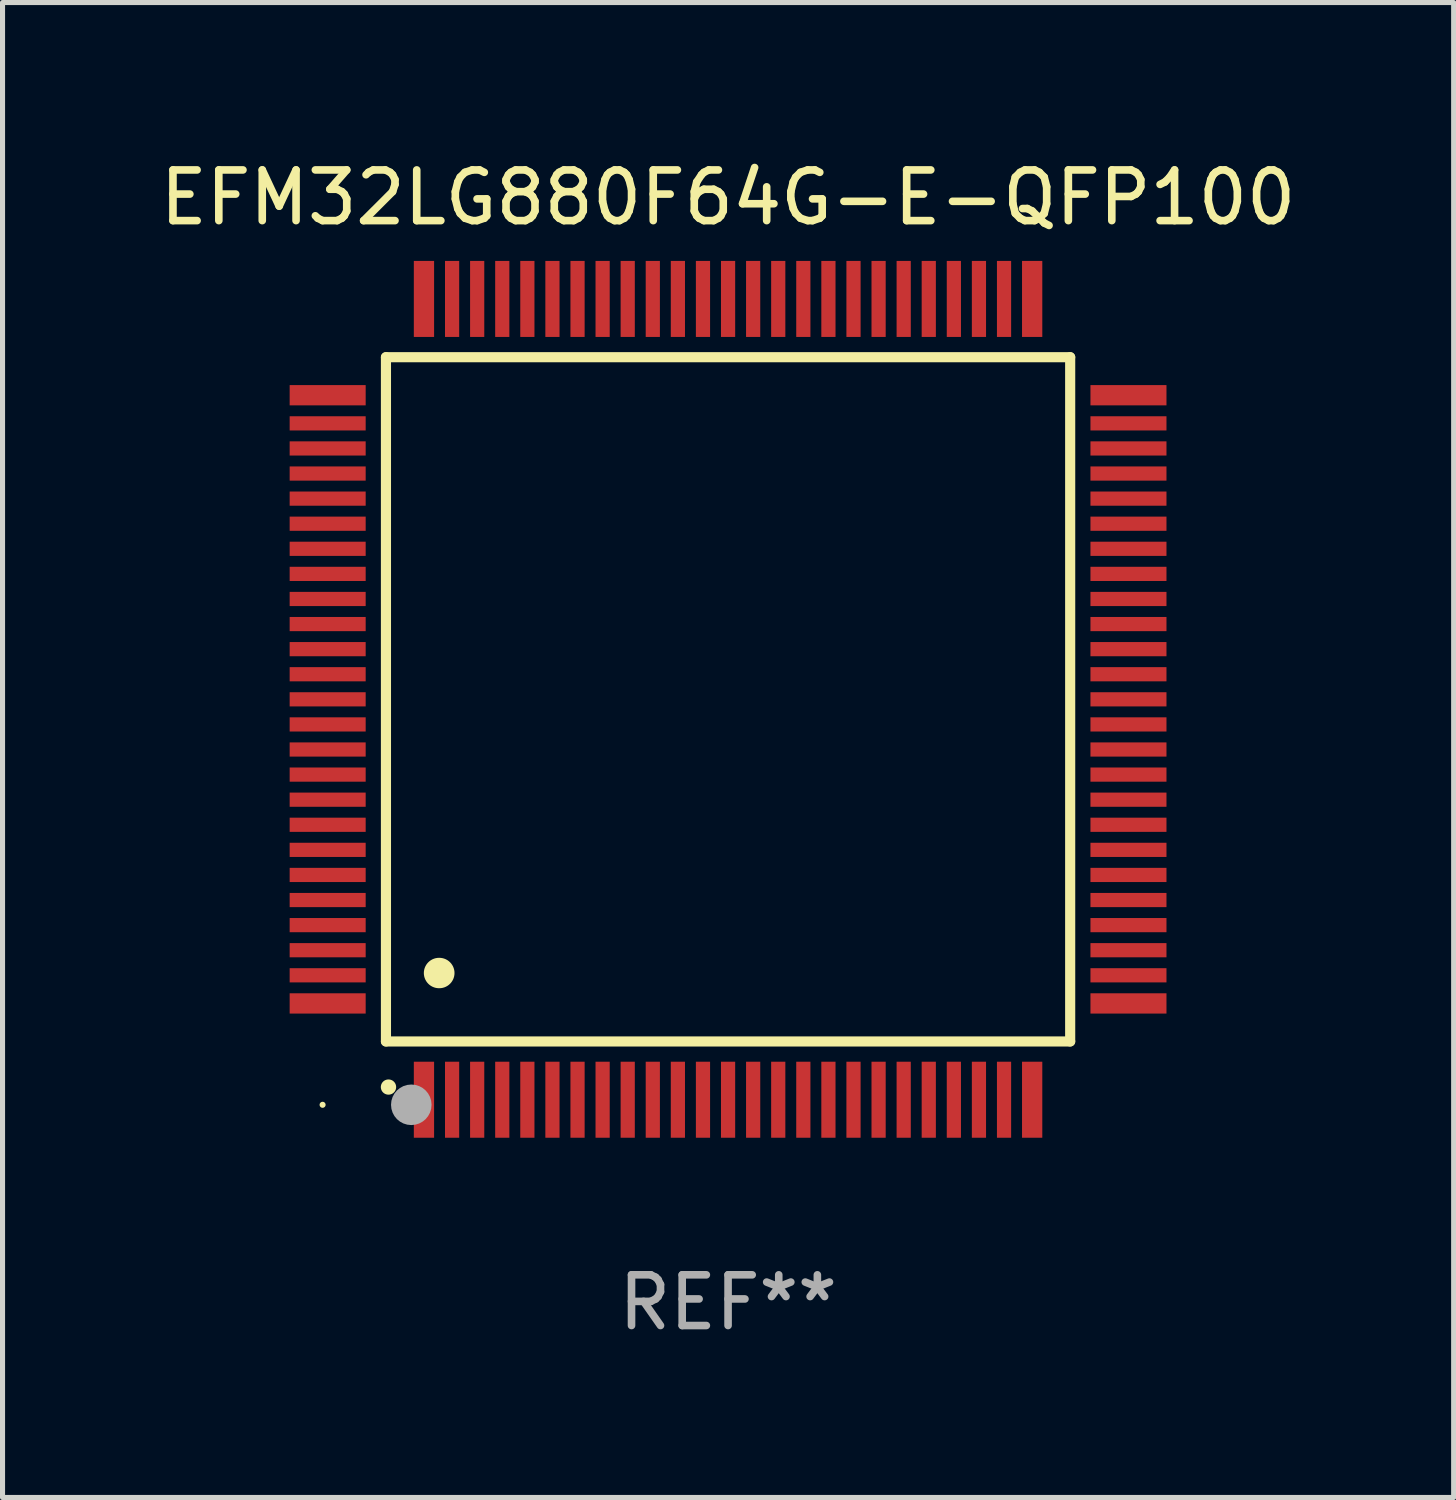
<source format=kicad_pcb>
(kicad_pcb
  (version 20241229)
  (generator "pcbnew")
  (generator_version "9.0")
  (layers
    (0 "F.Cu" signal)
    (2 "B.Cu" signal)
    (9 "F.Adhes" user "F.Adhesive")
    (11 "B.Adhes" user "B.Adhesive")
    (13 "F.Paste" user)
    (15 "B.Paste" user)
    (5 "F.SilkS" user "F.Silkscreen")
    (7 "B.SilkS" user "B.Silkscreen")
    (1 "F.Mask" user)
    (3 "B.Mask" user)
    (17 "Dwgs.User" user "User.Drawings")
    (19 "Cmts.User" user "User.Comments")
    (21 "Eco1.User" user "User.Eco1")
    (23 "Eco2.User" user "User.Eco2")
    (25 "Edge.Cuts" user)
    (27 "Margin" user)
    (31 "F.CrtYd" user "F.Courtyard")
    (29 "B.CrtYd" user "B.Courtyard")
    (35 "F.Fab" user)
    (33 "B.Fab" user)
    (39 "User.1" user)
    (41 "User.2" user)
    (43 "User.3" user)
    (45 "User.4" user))
  (footprint "EFM32LG880F64G-E-QFP100"
    (layer "F.Cu")
    (at 11.315 10.748)
    (property "Reference" "EFM32LG880F64G-E-QFP100" (at 0 -9.9 0) (layer "F.SilkS") (effects (font (size 1 1) (thickness 0.15))))
    (attr through_hole)
    (fp_line (start -6.75 -6.75) (end -6.75 6.75) (stroke (width 0.2) (type solid)) (layer "F.SilkS"))
    (fp_line (start -6.75 6.75) (end 6.75 6.75) (stroke (width 0.2) (type solid)) (layer "F.SilkS"))
    (fp_line (start 6.75 -6.75) (end -6.75 -6.75) (stroke (width 0.2) (type solid)) (layer "F.SilkS"))
    (fp_line (start 6.75 6.75) (end 6.75 -6.75) (stroke (width 0.2) (type solid)) (layer "F.SilkS"))
    (fp_arc (start -6.701321 7.650013) (mid -6.700051 7.650008) (end -6.698781 7.650013) (stroke (width 0.3) (type solid)) (layer "F.SilkS"))
    (fp_arc (start -5.702515 5.400025) (mid -5.699975 5.400014) (end -5.697435 5.400025) (stroke (width 0.6) (type solid)) (layer "F.SilkS"))
    (fp_circle (center -8 8) (end -7.97 8) (stroke (width 0.06) (type solid)) (fill no) (layer "F.SilkS"))
    (fp_circle (center -6.25 8) (end -6.05 8) (stroke (width 0.4) (type solid)) (fill no) (layer "F.Fab"))
    (fp_text user "REF**" (at 0 11.9 0) (layer "F.Fab") (effects (font (size 1 1) (thickness 0.15))))
    (pad "1" smd rect (at -6 7.9 180) (size 0.4 1.5) (layers "F.Cu" "F.Mask" "F.Paste"))
    (pad "2" smd rect (at -5.445 7.9 180) (size 0.28 1.5) (layers "F.Cu" "F.Mask" "F.Paste"))
    (pad "3" smd rect (at -4.95 7.9 180) (size 0.28 1.5) (layers "F.Cu" "F.Mask" "F.Paste"))
    (pad "4" smd rect (at -4.455 7.9 180) (size 0.28 1.5) (layers "F.Cu" "F.Mask" "F.Paste"))
    (pad "5" smd rect (at -3.96 7.9 180) (size 0.28 1.5) (layers "F.Cu" "F.Mask" "F.Paste"))
    (pad "6" smd rect (at -3.465 7.9 180) (size 0.28 1.5) (layers "F.Cu" "F.Mask" "F.Paste"))
    (pad "7" smd rect (at -2.97 7.9 180) (size 0.28 1.5) (layers "F.Cu" "F.Mask" "F.Paste"))
    (pad "8" smd rect (at -2.475 7.9 180) (size 0.28 1.5) (layers "F.Cu" "F.Mask" "F.Paste"))
    (pad "9" smd rect (at -1.98 7.9 180) (size 0.28 1.5) (layers "F.Cu" "F.Mask" "F.Paste"))
    (pad "10" smd rect (at -1.485 7.9 180) (size 0.28 1.5) (layers "F.Cu" "F.Mask" "F.Paste"))
    (pad "11" smd rect (at -0.99 7.9 180) (size 0.28 1.5) (layers "F.Cu" "F.Mask" "F.Paste"))
    (pad "12" smd rect (at -0.495 7.9 180) (size 0.28 1.5) (layers "F.Cu" "F.Mask" "F.Paste"))
    (pad "13" smd rect (at 0.000178 7.9 180) (size 0.28 1.5) (layers "F.Cu" "F.Mask" "F.Paste"))
    (pad "14" smd rect (at 0.495 7.9 180) (size 0.28 1.5) (layers "F.Cu" "F.Mask" "F.Paste"))
    (pad "15" smd rect (at 0.99 7.9 180) (size 0.28 1.5) (layers "F.Cu" "F.Mask" "F.Paste"))
    (pad "16" smd rect (at 1.485 7.9 180) (size 0.28 1.5) (layers "F.Cu" "F.Mask" "F.Paste"))
    (pad "17" smd rect (at 1.98 7.9 180) (size 0.28 1.5) (layers "F.Cu" "F.Mask" "F.Paste"))
    (pad "18" smd rect (at 2.475 7.9 180) (size 0.28 1.5) (layers "F.Cu" "F.Mask" "F.Paste"))
    (pad "19" smd rect (at 2.97 7.9 180) (size 0.28 1.5) (layers "F.Cu" "F.Mask" "F.Paste"))
    (pad "20" smd rect (at 3.465 7.9 180) (size 0.28 1.5) (layers "F.Cu" "F.Mask" "F.Paste"))
    (pad "21" smd rect (at 3.96 7.9 180) (size 0.28 1.5) (layers "F.Cu" "F.Mask" "F.Paste"))
    (pad "22" smd rect (at 4.455 7.9 180) (size 0.28 1.5) (layers "F.Cu" "F.Mask" "F.Paste"))
    (pad "23" smd rect (at 4.95 7.9 180) (size 0.28 1.5) (layers "F.Cu" "F.Mask" "F.Paste"))
    (pad "24" smd rect (at 5.445 7.9 180) (size 0.28 1.5) (layers "F.Cu" "F.Mask" "F.Paste"))
    (pad "25" smd rect (at 6 7.9 180) (size 0.4 1.5) (layers "F.Cu" "F.Mask" "F.Paste"))
    (pad "26" smd rect (at 7.9 6 90) (size 0.4 1.5) (layers "F.Cu" "F.Mask" "F.Paste"))
    (pad "27" smd rect (at 7.9 5.445 90) (size 0.28 1.5) (layers "F.Cu" "F.Mask" "F.Paste"))
    (pad "28" smd rect (at 7.9 4.95 90) (size 0.28 1.5) (layers "F.Cu" "F.Mask" "F.Paste"))
    (pad "29" smd rect (at 7.9 4.455 90) (size 0.28 1.5) (layers "F.Cu" "F.Mask" "F.Paste"))
    (pad "30" smd rect (at 7.9 3.96 90) (size 0.28 1.5) (layers "F.Cu" "F.Mask" "F.Paste"))
    (pad "31" smd rect (at 7.9 3.465 90) (size 0.28 1.5) (layers "F.Cu" "F.Mask" "F.Paste"))
    (pad "32" smd rect (at 7.9 2.97 90) (size 0.28 1.5) (layers "F.Cu" "F.Mask" "F.Paste"))
    (pad "33" smd rect (at 7.9 2.475 90) (size 0.28 1.5) (layers "F.Cu" "F.Mask" "F.Paste"))
    (pad "34" smd rect (at 7.9 1.98 90) (size 0.28 1.5) (layers "F.Cu" "F.Mask" "F.Paste"))
    (pad "35" smd rect (at 7.9 1.485 90) (size 0.28 1.5) (layers "F.Cu" "F.Mask" "F.Paste"))
    (pad "36" smd rect (at 7.9 0.99 90) (size 0.28 1.5) (layers "F.Cu" "F.Mask" "F.Paste"))
    (pad "37" smd rect (at 7.9 0.495 90) (size 0.28 1.5) (layers "F.Cu" "F.Mask" "F.Paste"))
    (pad "38" smd rect (at 7.9 0 90) (size 0.28 1.5) (layers "F.Cu" "F.Mask" "F.Paste"))
    (pad "39" smd rect (at 7.9 -0.495 90) (size 0.28 1.5) (layers "F.Cu" "F.Mask" "F.Paste"))
    (pad "40" smd rect (at 7.9 -0.99 90) (size 0.28 1.5) (layers "F.Cu" "F.Mask" "F.Paste"))
    (pad "41" smd rect (at 7.9 -1.485 90) (size 0.28 1.5) (layers "F.Cu" "F.Mask" "F.Paste"))
    (pad "42" smd rect (at 7.9 -1.98 90) (size 0.28 1.5) (layers "F.Cu" "F.Mask" "F.Paste"))
    (pad "43" smd rect (at 7.9 -2.475 90) (size 0.28 1.5) (layers "F.Cu" "F.Mask" "F.Paste"))
    (pad "44" smd rect (at 7.9 -2.97 90) (size 0.28 1.5) (layers "F.Cu" "F.Mask" "F.Paste"))
    (pad "45" smd rect (at 7.9 -3.465 90) (size 0.28 1.5) (layers "F.Cu" "F.Mask" "F.Paste"))
    (pad "46" smd rect (at 7.9 -3.96 90) (size 0.28 1.5) (layers "F.Cu" "F.Mask" "F.Paste"))
    (pad "47" smd rect (at 7.9 -4.455 90) (size 0.28 1.5) (layers "F.Cu" "F.Mask" "F.Paste"))
    (pad "48" smd rect (at 7.9 -4.95 90) (size 0.28 1.5) (layers "F.Cu" "F.Mask" "F.Paste"))
    (pad "49" smd rect (at 7.9 -5.445 90) (size 0.28 1.5) (layers "F.Cu" "F.Mask" "F.Paste"))
    (pad "50" smd rect (at 7.9 -6 90) (size 0.4 1.5) (layers "F.Cu" "F.Mask" "F.Paste"))
    (pad "51" smd rect (at 6 -7.9 180) (size 0.4 1.5) (layers "F.Cu" "F.Mask" "F.Paste"))
    (pad "52" smd rect (at 5.445 -7.9 180) (size 0.28 1.5) (layers "F.Cu" "F.Mask" "F.Paste"))
    (pad "53" smd rect (at 4.95 -7.9 180) (size 0.28 1.5) (layers "F.Cu" "F.Mask" "F.Paste"))
    (pad "54" smd rect (at 4.455 -7.9 180) (size 0.28 1.5) (layers "F.Cu" "F.Mask" "F.Paste"))
    (pad "55" smd rect (at 3.96 -7.9 180) (size 0.28 1.5) (layers "F.Cu" "F.Mask" "F.Paste"))
    (pad "56" smd rect (at 3.465 -7.9 180) (size 0.28 1.5) (layers "F.Cu" "F.Mask" "F.Paste"))
    (pad "57" smd rect (at 2.97 -7.9 180) (size 0.28 1.5) (layers "F.Cu" "F.Mask" "F.Paste"))
    (pad "58" smd rect (at 2.475 -7.9 180) (size 0.28 1.5) (layers "F.Cu" "F.Mask" "F.Paste"))
    (pad "59" smd rect (at 1.98 -7.9 180) (size 0.28 1.5) (layers "F.Cu" "F.Mask" "F.Paste"))
    (pad "60" smd rect (at 1.485 -7.9 180) (size 0.28 1.5) (layers "F.Cu" "F.Mask" "F.Paste"))
    (pad "61" smd rect (at 0.99 -7.9 180) (size 0.28 1.5) (layers "F.Cu" "F.Mask" "F.Paste"))
    (pad "62" smd rect (at 0.495 -7.9 180) (size 0.28 1.5) (layers "F.Cu" "F.Mask" "F.Paste"))
    (pad "63" smd rect (at 0.000178 -7.9 180) (size 0.28 1.5) (layers "F.Cu" "F.Mask" "F.Paste"))
    (pad "64" smd rect (at -0.495 -7.9 180) (size 0.28 1.5) (layers "F.Cu" "F.Mask" "F.Paste"))
    (pad "65" smd rect (at -0.99 -7.9 180) (size 0.28 1.5) (layers "F.Cu" "F.Mask" "F.Paste"))
    (pad "66" smd rect (at -1.485 -7.9 180) (size 0.28 1.5) (layers "F.Cu" "F.Mask" "F.Paste"))
    (pad "67" smd rect (at -1.98 -7.9 180) (size 0.28 1.5) (layers "F.Cu" "F.Mask" "F.Paste"))
    (pad "68" smd rect (at -2.475 -7.9 180) (size 0.28 1.5) (layers "F.Cu" "F.Mask" "F.Paste"))
    (pad "69" smd rect (at -2.97 -7.9 180) (size 0.28 1.5) (layers "F.Cu" "F.Mask" "F.Paste"))
    (pad "70" smd rect (at -3.465 -7.9 180) (size 0.28 1.5) (layers "F.Cu" "F.Mask" "F.Paste"))
    (pad "71" smd rect (at -3.96 -7.9 180) (size 0.28 1.5) (layers "F.Cu" "F.Mask" "F.Paste"))
    (pad "72" smd rect (at -4.455 -7.9 180) (size 0.28 1.5) (layers "F.Cu" "F.Mask" "F.Paste"))
    (pad "73" smd rect (at -4.95 -7.9 180) (size 0.28 1.5) (layers "F.Cu" "F.Mask" "F.Paste"))
    (pad "74" smd rect (at -5.445 -7.9 180) (size 0.28 1.5) (layers "F.Cu" "F.Mask" "F.Paste"))
    (pad "75" smd rect (at -6 -7.9 180) (size 0.4 1.5) (layers "F.Cu" "F.Mask" "F.Paste"))
    (pad "76" smd rect (at -7.9 -6 90) (size 0.4 1.5) (layers "F.Cu" "F.Mask" "F.Paste"))
    (pad "77" smd rect (at -7.9 -5.445 90) (size 0.28 1.5) (layers "F.Cu" "F.Mask" "F.Paste"))
    (pad "78" smd rect (at -7.9 -4.95 90) (size 0.28 1.5) (layers "F.Cu" "F.Mask" "F.Paste"))
    (pad "79" smd rect (at -7.9 -4.455 90) (size 0.28 1.5) (layers "F.Cu" "F.Mask" "F.Paste"))
    (pad "80" smd rect (at -7.9 -3.96 90) (size 0.28 1.5) (layers "F.Cu" "F.Mask" "F.Paste"))
    (pad "81" smd rect (at -7.9 -3.465 90) (size 0.28 1.5) (layers "F.Cu" "F.Mask" "F.Paste"))
    (pad "82" smd rect (at -7.9 -2.97 90) (size 0.28 1.5) (layers "F.Cu" "F.Mask" "F.Paste"))
    (pad "83" smd rect (at -7.9 -2.475 90) (size 0.28 1.5) (layers "F.Cu" "F.Mask" "F.Paste"))
    (pad "84" smd rect (at -7.9 -1.98 90) (size 0.28 1.5) (layers "F.Cu" "F.Mask" "F.Paste"))
    (pad "85" smd rect (at -7.9 -1.485 90) (size 0.28 1.5) (layers "F.Cu" "F.Mask" "F.Paste"))
    (pad "86" smd rect (at -7.9 -0.99 90) (size 0.28 1.5) (layers "F.Cu" "F.Mask" "F.Paste"))
    (pad "87" smd rect (at -7.9 -0.495 90) (size 0.28 1.5) (layers "F.Cu" "F.Mask" "F.Paste"))
    (pad "88" smd rect (at -7.9 0 90) (size 0.28 1.5) (layers "F.Cu" "F.Mask" "F.Paste"))
    (pad "89" smd rect (at -7.9 0.495 90) (size 0.28 1.5) (layers "F.Cu" "F.Mask" "F.Paste"))
    (pad "90" smd rect (at -7.9 0.99 90) (size 0.28 1.5) (layers "F.Cu" "F.Mask" "F.Paste"))
    (pad "91" smd rect (at -7.9 1.485 90) (size 0.28 1.5) (layers "F.Cu" "F.Mask" "F.Paste"))
    (pad "92" smd rect (at -7.9 1.98 90) (size 0.28 1.5) (layers "F.Cu" "F.Mask" "F.Paste"))
    (pad "93" smd rect (at -7.9 2.475 90) (size 0.28 1.5) (layers "F.Cu" "F.Mask" "F.Paste"))
    (pad "94" smd rect (at -7.9 2.97 90) (size 0.28 1.5) (layers "F.Cu" "F.Mask" "F.Paste"))
    (pad "95" smd rect (at -7.9 3.465 90) (size 0.28 1.5) (layers "F.Cu" "F.Mask" "F.Paste"))
    (pad "96" smd rect (at -7.9 3.96 90) (size 0.28 1.5) (layers "F.Cu" "F.Mask" "F.Paste"))
    (pad "97" smd rect (at -7.9 4.455 90) (size 0.28 1.5) (layers "F.Cu" "F.Mask" "F.Paste"))
    (pad "98" smd rect (at -7.9 4.95 90) (size 0.28 1.5) (layers "F.Cu" "F.Mask" "F.Paste"))
    (pad "99" smd rect (at -7.9 5.445 90) (size 0.28 1.5) (layers "F.Cu" "F.Mask" "F.Paste"))
    (pad "100" smd rect (at -7.9 6 90) (size 0.4 1.5) (layers "F.Cu" "F.Mask" "F.Paste")))
  (gr_rect
    (start -3 -3)
    (end 25.631 26.496)
    (stroke (width 0.1) (type default))
    (fill no)
    (layer "Edge.Cuts")))
</source>
